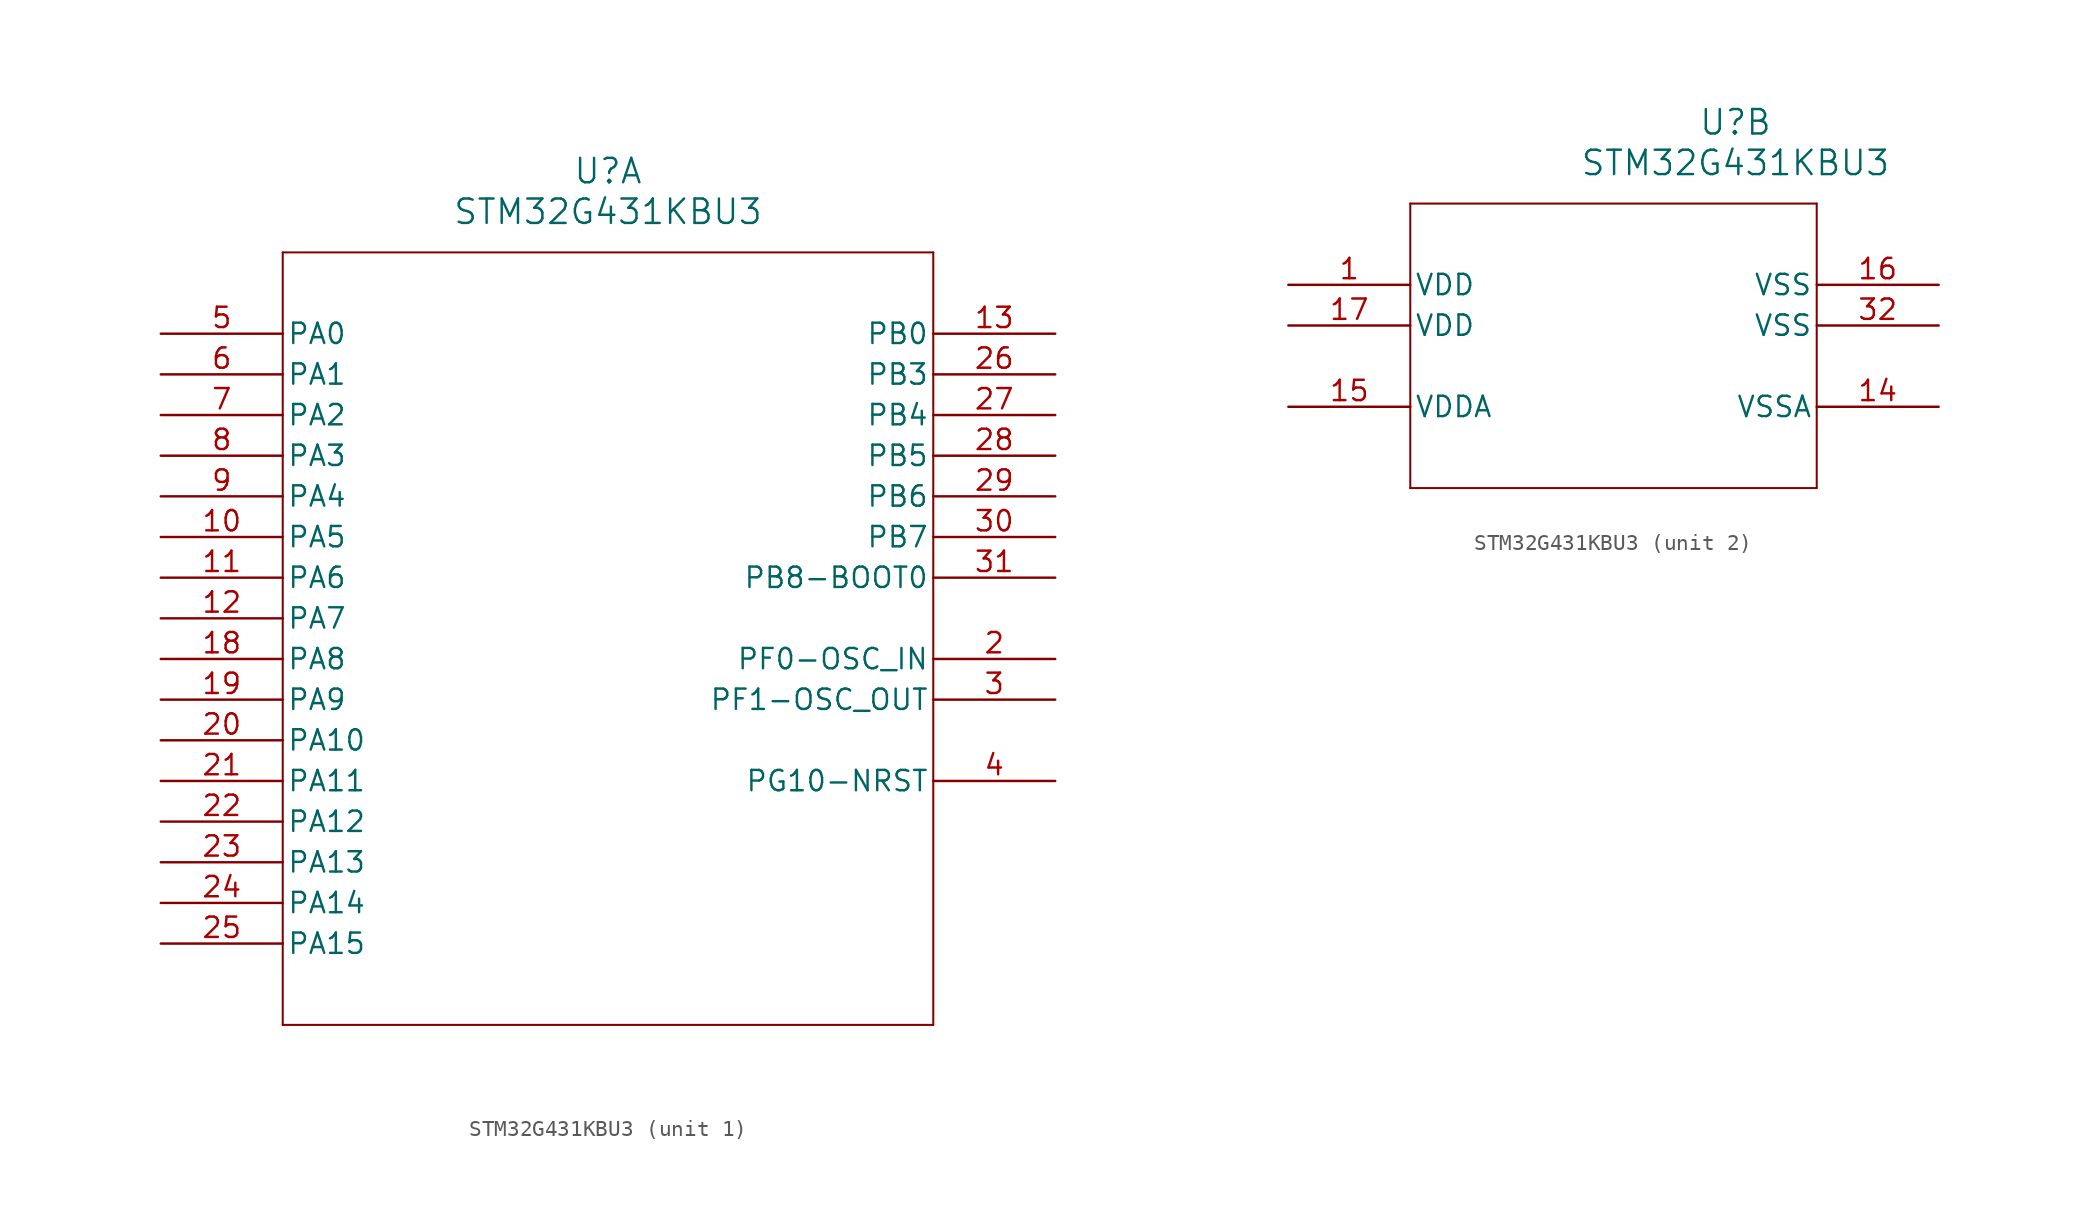
<source format=kicad_sym>
(kicad_symbol_lib
  (version 20211014)
  (generator kicad_symbol_editor)
  (symbol "STM32G431KBU3"
    (pin_names
      (offset 0.254))
    (property "Reference" "U"
      (at 27.94 10.16 0)
      (effects (font (size 1.524 1.524))))
    (property "Value" "STM32G431KBU3"
      (at 27.94 7.62 0)
      (effects (font (size 1.524 1.524))))
    (symbol "STM32G431KBU3_1_1"
      (polyline (pts (xy 7.62 5.08) (xy 7.62 -43.18)) (stroke (width 0.127) (type default) (color 0 0 0 0)) (fill (type none)))
      (polyline (pts (xy 7.62 -43.18) (xy 48.26 -43.18)) (stroke (width 0.127) (type default) (color 0 0 0 0)) (fill (type none)))
      (polyline (pts (xy 48.26 -43.18) (xy 48.26 5.08)) (stroke (width 0.127) (type default) (color 0 0 0 0)) (fill (type none)))
      (polyline (pts (xy 48.26 5.08) (xy 7.62 5.08)) (stroke (width 0.127) (type default) (color 0 0 0 0)) (fill (type none)))
      (pin bidirectional line (at 55.88 -20.32 180) (length 7.62) (name "PF0-OSC_IN" (effects (font (size 1.27 1.27)))) (number "2" (effects (font (size 1.27 1.27)))))
      (pin bidirectional line (at 55.88 -22.86 180) (length 7.62) (name "PF1-OSC_OUT" (effects (font (size 1.27 1.27)))) (number "3" (effects (font (size 1.27 1.27)))))
      (pin bidirectional line (at 55.88 -27.94 180) (length 7.62) (name "PG10-NRST" (effects (font (size 1.27 1.27)))) (number "4" (effects (font (size 1.27 1.27)))))
      (pin bidirectional line (at 0 0 0) (length 7.62) (name "PA0" (effects (font (size 1.27 1.27)))) (number "5" (effects (font (size 1.27 1.27)))))
      (pin bidirectional line (at 0 -2.54 0) (length 7.62) (name "PA1" (effects (font (size 1.27 1.27)))) (number "6" (effects (font (size 1.27 1.27)))))
      (pin bidirectional line (at 0 -5.08 0) (length 7.62) (name "PA2" (effects (font (size 1.27 1.27)))) (number "7" (effects (font (size 1.27 1.27)))))
      (pin bidirectional line (at 0 -7.62 0) (length 7.62) (name "PA3" (effects (font (size 1.27 1.27)))) (number "8" (effects (font (size 1.27 1.27)))))
      (pin bidirectional line (at 0 -10.16 0) (length 7.62) (name "PA4" (effects (font (size 1.27 1.27)))) (number "9" (effects (font (size 1.27 1.27)))))
      (pin bidirectional line (at 0 -12.7 0) (length 7.62) (name "PA5" (effects (font (size 1.27 1.27)))) (number "10" (effects (font (size 1.27 1.27)))))
      (pin bidirectional line (at 0 -15.24 0) (length 7.62) (name "PA6" (effects (font (size 1.27 1.27)))) (number "11" (effects (font (size 1.27 1.27)))))
      (pin bidirectional line (at 0 -17.78 0) (length 7.62) (name "PA7" (effects (font (size 1.27 1.27)))) (number "12" (effects (font (size 1.27 1.27)))))
      (pin bidirectional line (at 55.88 0 180) (length 7.62) (name "PB0" (effects (font (size 1.27 1.27)))) (number "13" (effects (font (size 1.27 1.27)))))
      (pin bidirectional line (at 0 -20.32 0) (length 7.62) (name "PA8" (effects (font (size 1.27 1.27)))) (number "18" (effects (font (size 1.27 1.27)))))
      (pin bidirectional line (at 0 -22.86 0) (length 7.62) (name "PA9" (effects (font (size 1.27 1.27)))) (number "19" (effects (font (size 1.27 1.27)))))
      (pin bidirectional line (at 0 -25.4 0) (length 7.62) (name "PA10" (effects (font (size 1.27 1.27)))) (number "20" (effects (font (size 1.27 1.27)))))
      (pin bidirectional line (at 0 -27.94 0) (length 7.62) (name "PA11" (effects (font (size 1.27 1.27)))) (number "21" (effects (font (size 1.27 1.27)))))
      (pin bidirectional line (at 0 -30.48 0) (length 7.62) (name "PA12" (effects (font (size 1.27 1.27)))) (number "22" (effects (font (size 1.27 1.27)))))
      (pin bidirectional line (at 0 -33.02 0) (length 7.62) (name "PA13" (effects (font (size 1.27 1.27)))) (number "23" (effects (font (size 1.27 1.27)))))
      (pin bidirectional line (at 0 -35.56 0) (length 7.62) (name "PA14" (effects (font (size 1.27 1.27)))) (number "24" (effects (font (size 1.27 1.27)))))
      (pin bidirectional line (at 0 -38.1 0) (length 7.62) (name "PA15" (effects (font (size 1.27 1.27)))) (number "25" (effects (font (size 1.27 1.27)))))
      (pin bidirectional line (at 55.88 -2.54 180) (length 7.62) (name "PB3" (effects (font (size 1.27 1.27)))) (number "26" (effects (font (size 1.27 1.27)))))
      (pin bidirectional line (at 55.88 -5.08 180) (length 7.62) (name "PB4" (effects (font (size 1.27 1.27)))) (number "27" (effects (font (size 1.27 1.27)))))
      (pin bidirectional line (at 55.88 -7.62 180) (length 7.62) (name "PB5" (effects (font (size 1.27 1.27)))) (number "28" (effects (font (size 1.27 1.27)))))
      (pin bidirectional line (at 55.88 -10.16 180) (length 7.62) (name "PB6" (effects (font (size 1.27 1.27)))) (number "29" (effects (font (size 1.27 1.27)))))
      (pin bidirectional line (at 55.88 -12.7 180) (length 7.62) (name "PB7" (effects (font (size 1.27 1.27)))) (number "30" (effects (font (size 1.27 1.27)))))
      (pin bidirectional line (at 55.88 -15.24 180) (length 7.62) (name "PB8-BOOT0" (effects (font (size 1.27 1.27)))) (number "31" (effects (font (size 1.27 1.27))))))
    (symbol "STM32G431KBU3_2_1"
      (polyline (pts (xy 7.62 5.08) (xy 7.62 -12.7)) (stroke (width 0.127) (type default) (color 0 0 0 0)) (fill (type none)))
      (polyline (pts (xy 7.62 -12.7) (xy 33.02 -12.7)) (stroke (width 0.127) (type default) (color 0 0 0 0)) (fill (type none)))
      (polyline (pts (xy 33.02 -12.7) (xy 33.02 5.08)) (stroke (width 0.127) (type default) (color 0 0 0 0)) (fill (type none)))
      (polyline (pts (xy 33.02 5.08) (xy 7.62 5.08)) (stroke (width 0.127) (type default) (color 0 0 0 0)) (fill (type none)))
      (pin power_in line (at 0 0 0) (length 7.62) (name "VDD" (effects (font (size 1.27 1.27)))) (number "1" (effects (font (size 1.27 1.27)))))
      (pin power_in line (at 40.64 -7.62 180) (length 7.62) (name "VSSA" (effects (font (size 1.27 1.27)))) (number "14" (effects (font (size 1.27 1.27)))))
      (pin power_in line (at 0 -7.62 0) (length 7.62) (name "VDDA" (effects (font (size 1.27 1.27)))) (number "15" (effects (font (size 1.27 1.27)))))
      (pin power_in line (at 40.64 0 180) (length 7.62) (name "VSS" (effects (font (size 1.27 1.27)))) (number "16" (effects (font (size 1.27 1.27)))))
      (pin power_in line (at 0 -2.54 0) (length 7.62) (name "VDD" (effects (font (size 1.27 1.27)))) (number "17" (effects (font (size 1.27 1.27)))))
      (pin power_in line (at 40.64 -2.54 180) (length 7.62) (name "VSS" (effects (font (size 1.27 1.27)))) (number "32" (effects (font (size 1.27 1.27))))))))
</source>
